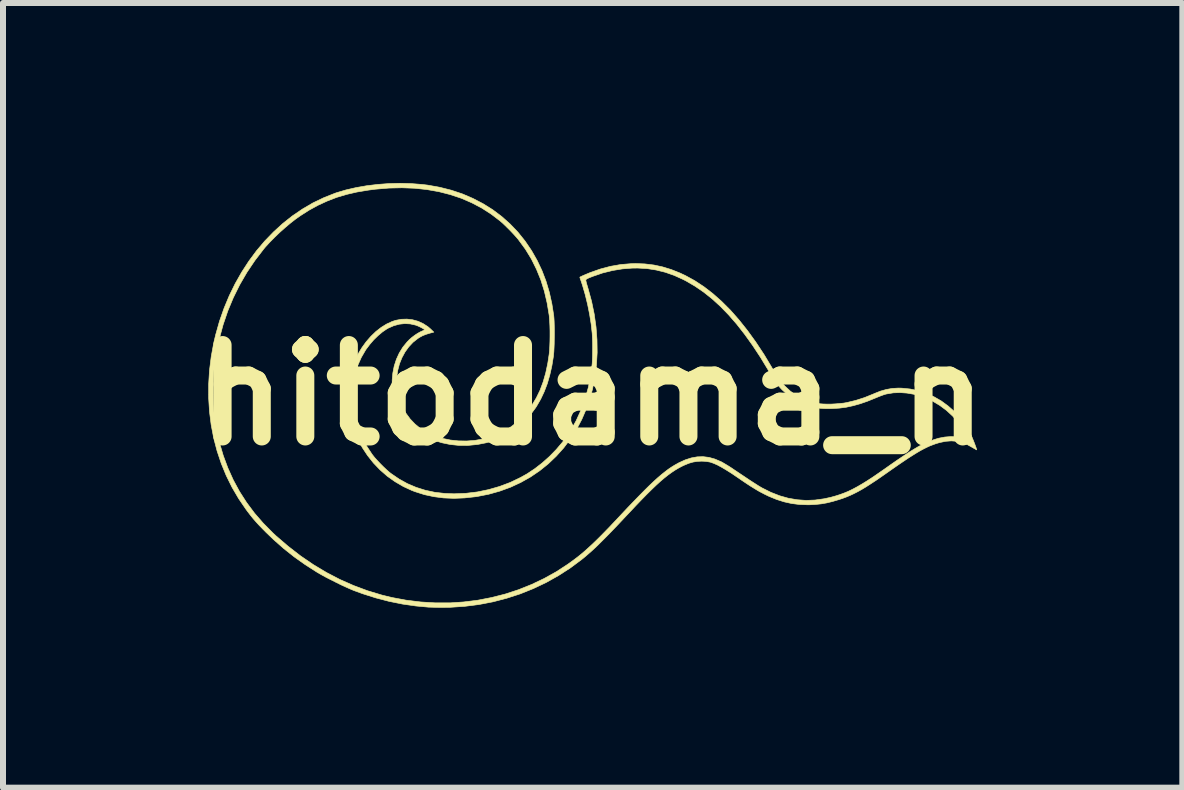
<source format=kicad_pcb>
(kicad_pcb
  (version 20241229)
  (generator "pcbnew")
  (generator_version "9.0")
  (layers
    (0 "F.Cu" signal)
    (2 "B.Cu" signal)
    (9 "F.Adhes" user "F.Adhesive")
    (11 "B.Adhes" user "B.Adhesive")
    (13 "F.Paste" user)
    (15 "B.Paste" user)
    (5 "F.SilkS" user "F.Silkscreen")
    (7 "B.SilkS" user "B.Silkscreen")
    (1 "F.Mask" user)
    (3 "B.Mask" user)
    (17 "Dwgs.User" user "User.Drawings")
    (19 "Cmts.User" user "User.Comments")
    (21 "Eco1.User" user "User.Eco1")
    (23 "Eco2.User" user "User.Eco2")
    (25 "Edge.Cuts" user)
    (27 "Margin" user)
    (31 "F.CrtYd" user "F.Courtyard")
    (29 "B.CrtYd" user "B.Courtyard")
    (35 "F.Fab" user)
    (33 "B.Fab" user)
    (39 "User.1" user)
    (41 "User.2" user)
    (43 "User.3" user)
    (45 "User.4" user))
  (footprint "hitodama_n"
    (layer "F.Cu")
    (at 6.829 3.536)
    (property "Reference" "hitodama_n" (at 0 0 0) (layer "F.SilkS") (effects (font (size 1.524 1.524) (thickness 0.3))))
    (attr through_hole)
    (fp_poly (pts (xy -3.028 -3.526) (xy -2.849 -3.512) (xy -2.754 -3.501) (xy -2.552 -3.465) (xy -2.358 -3.416) (xy -2.172 -3.354) (xy -1.995 -3.278) (xy -1.826 -3.19) (xy -1.666 -3.09) (xy -1.516 -2.977) (xy -1.376 -2.852) (xy -1.246 -2.716) (xy -1.127 -2.568) (xy -1.019 -2.409) (xy -0.924 -2.242) (xy -0.845 -2.075) (xy -0.778 -1.9) (xy -0.723 -1.716) (xy -0.68 -1.522) (xy -0.649 -1.326) (xy -0.645 -1.281) (xy -0.642 -1.225) (xy -0.64 -1.158) (xy -0.639 -1.084) (xy -0.639 -1.007) (xy -0.64 -0.929) (xy -0.641 -0.854) (xy -0.644 -0.783) (xy -0.647 -0.721) (xy -0.652 -0.671) (xy -0.653 -0.655) (xy -0.68 -0.487) (xy -0.715 -0.333) (xy -0.757 -0.189) (xy -0.808 -0.056) (xy -0.867 0.069) (xy -0.936 0.188) (xy -0.952 0.212) (xy -1.042 0.334) (xy -1.142 0.443) (xy -1.252 0.54) (xy -1.37 0.623) (xy -1.496 0.694) (xy -1.63 0.751) (xy -1.771 0.794) (xy -1.919 0.823) (xy -2.073 0.838) (xy -2.088 0.839) (xy -2.233 0.838) (xy -2.376 0.823) (xy -2.515 0.794) (xy -2.647 0.753) (xy -2.773 0.699) (xy -2.89 0.634) (xy -2.901 0.626) (xy -2.949 0.591) (xy -3.001 0.546) (xy -3.053 0.495) (xy -3.101 0.443) (xy -3.142 0.393) (xy -3.176 0.342) (xy -3.211 0.281) (xy -3.245 0.215) (xy -3.274 0.149) (xy -3.292 0.099) (xy -3.323 -0.016) (xy -3.339 -0.133) (xy -3.342 -0.252) (xy -3.331 -0.369) (xy -3.308 -0.485) (xy -3.272 -0.596) (xy -3.224 -0.701) (xy -3.164 -0.799) (xy -3.092 -0.887) (xy -3.054 -0.926) (xy -3.014 -0.961) (xy -2.968 -0.996) (xy -2.92 -1.028) (xy -2.875 -1.053) (xy -2.84 -1.069) (xy -2.819 -1.078) (xy -2.806 -1.087) (xy -2.804 -1.091) (xy -2.813 -1.1) (xy -2.834 -1.113) (xy -2.862 -1.128) (xy -2.894 -1.144) (xy -2.927 -1.158) (xy -2.952 -1.167) (xy -3.041 -1.187) (xy -3.132 -1.192) (xy -3.224 -1.182) (xy -3.315 -1.157) (xy -3.404 -1.118) (xy -3.431 -1.103) (xy -3.503 -1.054) (xy -3.577 -0.992) (xy -3.649 -0.922) (xy -3.716 -0.844) (xy -3.777 -0.763) (xy -3.788 -0.746) (xy -3.857 -0.627) (xy -3.913 -0.5) (xy -3.955 -0.367) (xy -3.985 -0.228) (xy -4 -0.084) (xy -4.003 0.061) (xy -3.991 0.208) (xy -3.965 0.355) (xy -3.956 0.392) (xy -3.909 0.549) (xy -3.847 0.7) (xy -3.77 0.845) (xy -3.679 0.983) (xy -3.669 0.997) (xy -3.634 1.041) (xy -3.589 1.091) (xy -3.539 1.144) (xy -3.487 1.196) (xy -3.435 1.245) (xy -3.387 1.287) (xy -3.36 1.308) (xy -3.227 1.399) (xy -3.088 1.476) (xy -2.942 1.538) (xy -2.79 1.586) (xy -2.631 1.62) (xy -2.465 1.639) (xy -2.31 1.645) (xy -2.114 1.637) (xy -1.922 1.614) (xy -1.734 1.575) (xy -1.55 1.522) (xy -1.372 1.455) (xy -1.2 1.372) (xy -1.091 1.311) (xy -0.965 1.227) (xy -0.84 1.13) (xy -0.719 1.022) (xy -0.606 0.906) (xy -0.502 0.783) (xy -0.41 0.658) (xy -0.372 0.599) (xy -0.276 0.428) (xy -0.194 0.249) (xy -0.126 0.064) (xy -0.072 -0.129) (xy -0.033 -0.329) (xy -0.008 -0.524) (xy -0.005 -0.58) (xy -0.002 -0.647) (xy -0.001 -0.722) (xy -0.000413 -0.8) (xy -0.001 -0.877) (xy -0.004 -0.95) (xy -0.007 -1.013) (xy -0.008 -1.029) (xy -0.025 -1.183) (xy -0.051 -1.345) (xy -0.084 -1.51) (xy -0.124 -1.674) (xy -0.17 -1.832) (xy -0.194 -1.904) (xy -0.204 -1.932) (xy -0.211 -1.954) (xy -0.214 -1.965) (xy -0.214 -1.965) (xy -0.207 -1.97) (xy -0.189 -1.979) (xy -0.161 -1.992) (xy -0.126 -2.007) (xy -0.088 -2.023) (xy -0.049 -2.039) (xy -0.048 -2.04) (xy 0.125 -2.101) (xy 0.298 -2.147) (xy 0.47 -2.177) (xy 0.642 -2.191) (xy 0.714 -2.193) (xy 0.869 -2.187) (xy 1.018 -2.169) (xy 1.163 -2.138) (xy 1.307 -2.094) (xy 1.453 -2.036) (xy 1.547 -1.992) (xy 1.702 -1.907) (xy 1.854 -1.807) (xy 2.003 -1.692) (xy 2.15 -1.562) (xy 2.296 -1.416) (xy 2.438 -1.255) (xy 2.579 -1.078) (xy 2.718 -0.886) (xy 2.855 -0.679) (xy 2.984 -0.464) (xy 3.025 -0.395) (xy 3.06 -0.338) (xy 3.091 -0.29) (xy 3.12 -0.249) (xy 3.149 -0.212) (xy 3.179 -0.178) (xy 3.203 -0.152) (xy 3.294 -0.067) (xy 3.393 0.004) (xy 3.5 0.062) (xy 3.615 0.106) (xy 3.739 0.136) (xy 3.785 0.144) (xy 3.838 0.148) (xy 3.902 0.15) (xy 3.972 0.15) (xy 4.046 0.146) (xy 4.119 0.14) (xy 4.186 0.133) (xy 4.237 0.124) (xy 4.386 0.088) (xy 4.532 0.041) (xy 4.68 -0.019) (xy 4.693 -0.025) (xy 4.796 -0.066) (xy 4.894 -0.094) (xy 4.991 -0.111) (xy 5.092 -0.117) (xy 5.151 -0.116) (xy 5.291 -0.102) (xy 5.428 -0.073) (xy 5.561 -0.03) (xy 5.688 0.027) (xy 5.81 0.097) (xy 5.923 0.18) (xy 6.029 0.273) (xy 6.125 0.378) (xy 6.21 0.493) (xy 6.283 0.617) (xy 6.295 0.639) (xy 6.308 0.667) (xy 6.324 0.703) (xy 6.34 0.742) (xy 6.356 0.782) (xy 6.371 0.821) (xy 6.384 0.857) (xy 6.394 0.885) (xy 6.399 0.905) (xy 6.4 0.913) (xy 6.4 0.913) (xy 6.392 0.909) (xy 6.374 0.898) (xy 6.349 0.884) (xy 6.339 0.878) (xy 6.248 0.827) (xy 6.158 0.791) (xy 6.069 0.77) (xy 5.978 0.763) (xy 5.883 0.77) (xy 5.783 0.791) (xy 5.719 0.81) (xy 5.67 0.828) (xy 5.62 0.847) (xy 5.57 0.87) (xy 5.518 0.896) (xy 5.462 0.926) (xy 5.401 0.962) (xy 5.335 1.003) (xy 5.261 1.05) (xy 5.179 1.105) (xy 5.088 1.167) (xy 4.986 1.238) (xy 4.929 1.278) (xy 4.822 1.353) (xy 4.725 1.42) (xy 4.638 1.477) (xy 4.559 1.528) (xy 4.486 1.572) (xy 4.418 1.61) (xy 4.353 1.643) (xy 4.291 1.672) (xy 4.229 1.698) (xy 4.165 1.722) (xy 4.104 1.742) (xy 3.999 1.773) (xy 3.901 1.797) (xy 3.808 1.813) (xy 3.713 1.823) (xy 3.612 1.828) (xy 3.58 1.828) (xy 3.445 1.823) (xy 3.317 1.807) (xy 3.191 1.779) (xy 3.065 1.739) (xy 2.936 1.686) (xy 2.87 1.654) (xy 2.824 1.63) (xy 2.778 1.606) (xy 2.732 1.579) (xy 2.683 1.549) (xy 2.628 1.515) (xy 2.567 1.475) (xy 2.497 1.428) (xy 2.417 1.373) (xy 2.317 1.305) (xy 2.228 1.249) (xy 2.149 1.202) (xy 2.08 1.165) (xy 2.019 1.138) (xy 1.966 1.119) (xy 1.949 1.115) (xy 1.908 1.108) (xy 1.86 1.103) (xy 1.814 1.101) (xy 1.741 1.105) (xy 1.673 1.116) (xy 1.604 1.136) (xy 1.531 1.166) (xy 1.486 1.187) (xy 1.43 1.217) (xy 1.373 1.251) (xy 1.316 1.289) (xy 1.257 1.332) (xy 1.195 1.381) (xy 1.129 1.437) (xy 1.059 1.501) (xy 0.984 1.573) (xy 0.902 1.654) (xy 0.813 1.745) (xy 0.715 1.847) (xy 0.627 1.941) (xy 0.525 2.049) (xy 0.434 2.146) (xy 0.35 2.234) (xy 0.275 2.312) (xy 0.206 2.382) (xy 0.143 2.445) (xy 0.086 2.502) (xy 0.032 2.553) (xy -0.019 2.6) (xy -0.068 2.643) (xy -0.115 2.684) (xy -0.162 2.723) (xy -0.186 2.742) (xy -0.374 2.882) (xy -0.571 3.009) (xy -0.776 3.124) (xy -0.989 3.225) (xy -1.208 3.313) (xy -1.433 3.386) (xy -1.663 3.446) (xy -1.897 3.491) (xy -2.134 3.521) (xy -2.374 3.537) (xy -2.535 3.539) (xy -2.586 3.538) (xy -2.634 3.537) (xy -2.677 3.536) (xy -2.711 3.535) (xy -2.731 3.535) (xy -2.948 3.515) (xy -3.17 3.483) (xy -3.393 3.438) (xy -3.615 3.38) (xy -3.833 3.311) (xy -3.981 3.257) (xy -4.043 3.231) (xy -4.115 3.199) (xy -4.195 3.162) (xy -4.278 3.121) (xy -4.361 3.079) (xy -4.442 3.038) (xy -4.515 2.998) (xy -4.58 2.961) (xy -4.598 2.95) (xy -4.792 2.826) (xy -4.975 2.696) (xy -5.15 2.557) (xy -5.32 2.407) (xy -5.446 2.286) (xy -5.51 2.221) (xy -5.566 2.163) (xy -5.615 2.109) (xy -5.661 2.056) (xy -5.706 2) (xy -5.753 1.939) (xy -5.778 1.905) (xy -5.901 1.725) (xy -6.011 1.537) (xy -6.108 1.341) (xy -6.191 1.139) (xy -6.261 0.93) (xy -6.317 0.716) (xy -6.359 0.497) (xy -6.387 0.274) (xy -6.401 0.048) (xy -6.401 -0.102) (xy -6.323 -0.102) (xy -6.323 -0.013) (xy -6.322 0.073) (xy -6.32 0.155) (xy -6.316 0.229) (xy -6.312 0.292) (xy -6.308 0.333) (xy -6.272 0.566) (xy -6.222 0.79) (xy -6.158 1.007) (xy -6.081 1.214) (xy -5.991 1.414) (xy -5.887 1.606) (xy -5.769 1.79) (xy -5.637 1.967) (xy -5.491 2.135) (xy -5.332 2.296) (xy -5.282 2.343) (xy -5.077 2.519) (xy -4.868 2.681) (xy -4.654 2.827) (xy -4.435 2.958) (xy -4.212 3.074) (xy -3.983 3.175) (xy -3.75 3.262) (xy -3.51 3.334) (xy -3.35 3.373) (xy -3.11 3.418) (xy -2.866 3.448) (xy -2.621 3.463) (xy -2.376 3.463) (xy -2.151 3.448) (xy -1.917 3.419) (xy -1.685 3.374) (xy -1.457 3.316) (xy -1.234 3.243) (xy -1.017 3.156) (xy -0.807 3.056) (xy -0.604 2.943) (xy -0.411 2.817) (xy -0.301 2.737) (xy -0.245 2.694) (xy -0.19 2.65) (xy -0.135 2.603) (xy -0.078 2.552) (xy -0.018 2.497) (xy 0.045 2.437) (xy 0.113 2.37) (xy 0.186 2.296) (xy 0.267 2.213) (xy 0.355 2.12) (xy 0.452 2.017) (xy 0.479 1.988) (xy 0.59 1.87) (xy 0.692 1.764) (xy 0.785 1.668) (xy 0.87 1.582) (xy 0.948 1.505) (xy 1.02 1.437) (xy 1.086 1.377) (xy 1.148 1.324) (xy 1.207 1.277) (xy 1.262 1.235) (xy 1.315 1.199) (xy 1.367 1.167) (xy 1.419 1.138) (xy 1.437 1.128) (xy 1.542 1.08) (xy 1.644 1.047) (xy 1.743 1.029) (xy 1.841 1.026) (xy 1.938 1.038) (xy 2.035 1.065) (xy 2.133 1.107) (xy 2.147 1.113) (xy 2.18 1.132) (xy 2.222 1.157) (xy 2.27 1.186) (xy 2.318 1.217) (xy 2.353 1.241) (xy 2.45 1.306) (xy 2.534 1.362) (xy 2.607 1.411) (xy 2.67 1.452) (xy 2.723 1.486) (xy 2.767 1.514) (xy 2.804 1.536) (xy 2.825 1.548) (xy 2.971 1.621) (xy 3.117 1.678) (xy 3.262 1.719) (xy 3.409 1.744) (xy 3.556 1.755) (xy 3.706 1.749) (xy 3.857 1.728) (xy 3.971 1.703) (xy 4.046 1.682) (xy 4.119 1.659) (xy 4.19 1.633) (xy 4.261 1.604) (xy 4.333 1.569) (xy 4.408 1.529) (xy 4.489 1.482) (xy 4.575 1.429) (xy 4.669 1.368) (xy 4.772 1.297) (xy 4.87 1.229) (xy 4.976 1.154) (xy 5.071 1.088) (xy 5.157 1.03) (xy 5.233 0.979) (xy 5.301 0.935) (xy 5.363 0.897) (xy 5.419 0.864) (xy 5.472 0.835) (xy 5.522 0.81) (xy 5.57 0.788) (xy 5.618 0.768) (xy 5.66 0.752) (xy 5.764 0.719) (xy 5.869 0.699) (xy 5.972 0.691) (xy 6.071 0.696) (xy 6.164 0.713) (xy 6.218 0.731) (xy 6.241 0.739) (xy 6.256 0.743) (xy 6.26 0.743) (xy 6.258 0.735) (xy 6.25 0.716) (xy 6.238 0.689) (xy 6.222 0.658) (xy 6.204 0.625) (xy 6.187 0.594) (xy 6.175 0.575) (xy 6.095 0.458) (xy 6.002 0.351) (xy 5.898 0.255) (xy 5.785 0.171) (xy 5.664 0.099) (xy 5.534 0.04) (xy 5.469 0.017) (xy 5.354 -0.014) (xy 5.238 -0.034) (xy 5.123 -0.042) (xy 5.012 -0.038) (xy 4.909 -0.021) (xy 4.888 -0.017) (xy 4.858 -0.008) (xy 4.819 0.006) (xy 4.774 0.023) (xy 4.728 0.042) (xy 4.716 0.047) (xy 4.583 0.101) (xy 4.459 0.144) (xy 4.341 0.177) (xy 4.226 0.202) (xy 4.112 0.217) (xy 3.996 0.224) (xy 3.945 0.225) (xy 3.886 0.225) (xy 3.838 0.223) (xy 3.797 0.22) (xy 3.759 0.215) (xy 3.72 0.208) (xy 3.717 0.208) (xy 3.588 0.175) (xy 3.469 0.13) (xy 3.358 0.071) (xy 3.256 -0.001) (xy 3.161 -0.086) (xy 3.161 -0.086) (xy 3.125 -0.124) (xy 3.092 -0.164) (xy 3.059 -0.207) (xy 3.024 -0.257) (xy 2.987 -0.315) (xy 2.945 -0.385) (xy 2.929 -0.413) (xy 2.798 -0.629) (xy 2.666 -0.829) (xy 2.534 -1.013) (xy 2.401 -1.183) (xy 2.266 -1.338) (xy 2.129 -1.479) (xy 1.991 -1.605) (xy 1.85 -1.717) (xy 1.707 -1.815) (xy 1.562 -1.9) (xy 1.508 -1.928) (xy 1.358 -1.996) (xy 1.209 -2.048) (xy 1.06 -2.085) (xy 0.908 -2.109) (xy 0.752 -2.118) (xy 0.659 -2.117) (xy 0.496 -2.104) (xy 0.331 -2.077) (xy 0.166 -2.036) (xy 0.006 -1.981) (xy -0.06 -1.955) (xy -0.088 -1.942) (xy -0.105 -1.932) (xy -0.113 -1.923) (xy -0.114 -1.912) (xy -0.111 -1.898) (xy -0.105 -1.872) (xy -0.095 -1.837) (xy -0.083 -1.797) (xy -0.076 -1.774) (xy -0.018 -1.562) (xy 0.026 -1.349) (xy 0.056 -1.135) (xy 0.072 -0.922) (xy 0.075 -0.71) (xy 0.063 -0.502) (xy 0.037 -0.298) (xy -0.003 -0.099) (xy -0.04 0.04) (xy -0.104 0.226) (xy -0.181 0.404) (xy -0.27 0.573) (xy -0.371 0.731) (xy -0.483 0.88) (xy -0.607 1.018) (xy -0.74 1.145) (xy -0.884 1.261) (xy -1.037 1.365) (xy -1.199 1.456) (xy -1.369 1.535) (xy -1.547 1.6) (xy -1.732 1.652) (xy -1.925 1.69) (xy -1.953 1.694) (xy -2.137 1.714) (xy -2.313 1.721) (xy -2.483 1.714) (xy -2.646 1.693) (xy -2.805 1.659) (xy -2.959 1.61) (xy -3.012 1.59) (xy -3.157 1.523) (xy -3.294 1.443) (xy -3.424 1.351) (xy -3.544 1.246) (xy -3.654 1.131) (xy -3.753 1.006) (xy -3.841 0.873) (xy -3.915 0.731) (xy -3.976 0.583) (xy -3.98 0.572) (xy -4.016 0.46) (xy -4.042 0.355) (xy -4.06 0.252) (xy -4.071 0.145) (xy -4.075 0.03) (xy -4.075 0.008) (xy -4.071 -0.129) (xy -4.056 -0.257) (xy -4.031 -0.378) (xy -3.995 -0.495) (xy -3.962 -0.578) (xy -3.908 -0.689) (xy -3.845 -0.793) (xy -3.774 -0.891) (xy -3.696 -0.98) (xy -3.613 -1.06) (xy -3.526 -1.128) (xy -3.436 -1.184) (xy -3.345 -1.226) (xy -3.286 -1.246) (xy -3.191 -1.264) (xy -3.096 -1.267) (xy -3.002 -1.256) (xy -2.911 -1.231) (xy -2.826 -1.192) (xy -2.747 -1.141) (xy -2.704 -1.104) (xy -2.648 -1.05) (xy -2.715 -1.032) (xy -2.78 -1.012) (xy -2.835 -0.99) (xy -2.887 -0.962) (xy -2.914 -0.944) (xy -2.995 -0.88) (xy -3.066 -0.804) (xy -3.128 -0.718) (xy -3.179 -0.624) (xy -3.22 -0.523) (xy -3.248 -0.416) (xy -3.265 -0.307) (xy -3.269 -0.195) (xy -3.259 -0.083) (xy -3.247 -0.016) (xy -3.215 0.096) (xy -3.169 0.203) (xy -3.111 0.304) (xy -3.042 0.398) (xy -2.963 0.481) (xy -2.877 0.552) (xy -2.855 0.567) (xy -2.745 0.631) (xy -2.627 0.682) (xy -2.501 0.722) (xy -2.37 0.749) (xy -2.236 0.763) (xy -2.1 0.765) (xy -1.964 0.755) (xy -1.83 0.731) (xy -1.698 0.695) (xy -1.572 0.647) (xy -1.523 0.623) (xy -1.443 0.58) (xy -1.371 0.535) (xy -1.303 0.484) (xy -1.235 0.424) (xy -1.186 0.377) (xy -1.093 0.275) (xy -1.011 0.165) (xy -0.939 0.046) (xy -0.877 -0.082) (xy -0.825 -0.221) (xy -0.782 -0.371) (xy -0.748 -0.532) (xy -0.725 -0.683) (xy -0.719 -0.744) (xy -0.715 -0.817) (xy -0.712 -0.898) (xy -0.711 -0.983) (xy -0.711 -1.07) (xy -0.713 -1.154) (xy -0.717 -1.231) (xy -0.722 -1.298) (xy -0.725 -1.33) (xy -0.759 -1.535) (xy -0.805 -1.732) (xy -0.864 -1.92) (xy -0.937 -2.099) (xy -1.022 -2.27) (xy -1.121 -2.432) (xy -1.233 -2.585) (xy -1.241 -2.596) (xy -1.273 -2.633) (xy -1.313 -2.678) (xy -1.359 -2.727) (xy -1.408 -2.776) (xy -1.456 -2.824) (xy -1.5 -2.866) (xy -1.538 -2.899) (xy -1.54 -2.901) (xy -1.689 -3.015) (xy -1.847 -3.117) (xy -2.014 -3.205) (xy -2.189 -3.281) (xy -2.372 -3.342) (xy -2.563 -3.391) (xy -2.761 -3.426) (xy -2.967 -3.448) (xy -3.179 -3.456) (xy -3.398 -3.451) (xy -3.624 -3.432) (xy -3.745 -3.416) (xy -3.93 -3.385) (xy -4.103 -3.345) (xy -4.267 -3.296) (xy -4.425 -3.235) (xy -4.579 -3.164) (xy -4.732 -3.08) (xy -4.871 -2.991) (xy -4.952 -2.934) (xy -5.039 -2.866) (xy -5.129 -2.79) (xy -5.219 -2.71) (xy -5.305 -2.627) (xy -5.385 -2.546) (xy -5.456 -2.468) (xy -5.482 -2.437) (xy -5.63 -2.244) (xy -5.764 -2.045) (xy -5.884 -1.838) (xy -5.99 -1.624) (xy -6.082 -1.403) (xy -6.16 -1.174) (xy -6.224 -0.937) (xy -6.275 -0.693) (xy -6.308 -0.468) (xy -6.313 -0.415) (xy -6.317 -0.348) (xy -6.32 -0.272) (xy -6.322 -0.189) (xy -6.323 -0.102) (xy -6.401 -0.102) (xy -6.401 -0.181) (xy -6.387 -0.412) (xy -6.358 -0.644) (xy -6.315 -0.877) (xy -6.283 -1.01) (xy -6.22 -1.233) (xy -6.144 -1.449) (xy -6.057 -1.658) (xy -5.959 -1.858) (xy -5.85 -2.05) (xy -5.732 -2.232) (xy -5.604 -2.405) (xy -5.467 -2.567) (xy -5.321 -2.718) (xy -5.168 -2.858) (xy -5.007 -2.986) (xy -4.838 -3.101) (xy -4.664 -3.203) (xy -4.483 -3.29) (xy -4.297 -3.364) (xy -4.271 -3.373) (xy -4.113 -3.42) (xy -3.944 -3.459) (xy -3.767 -3.49) (xy -3.584 -3.512) (xy -3.398 -3.526) (xy -3.212 -3.531) (xy -3.028 -3.526)) (stroke (width 0.01) (type solid)) (fill yes) (layer "F.SilkS")))
  (gr_rect
    (start -3 -3)
    (end 16.658 10.079)
    (stroke (width 0.1) (type default))
    (fill no)
    (layer "Edge.Cuts")))
</source>
